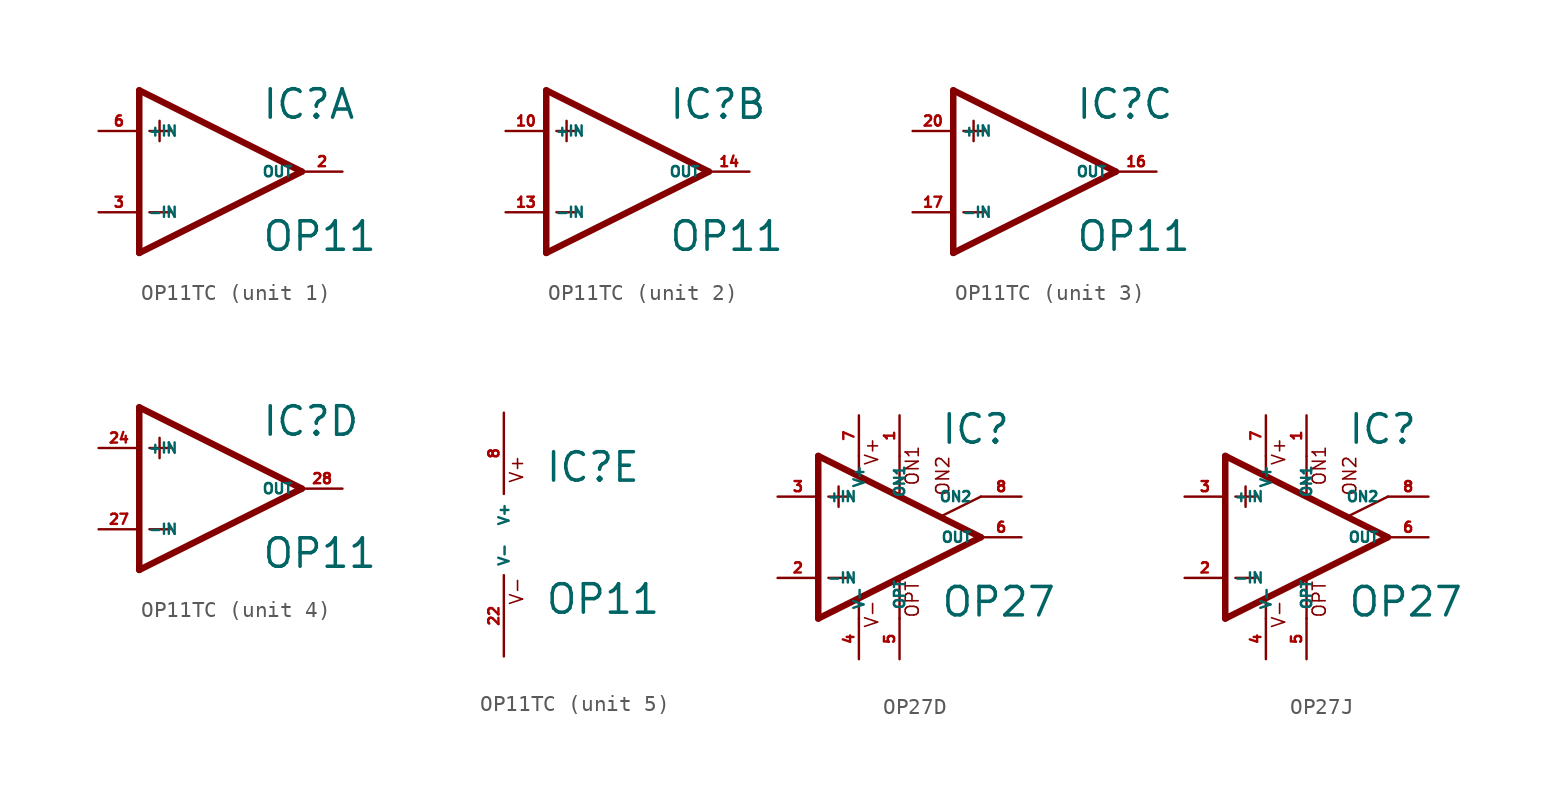
<source format=kicad_sym>
(kicad_symbol_lib
  (version 20220914)
  (generator Eagle2Kicad)
  (symbol "OP11TC"
    (property "Reference" "IC"
      (at 2.54 3.175 0)
      (effects (font (size 1.778 1.778) (thickness 0.22)) (justify left bottom)))
    (property "Value" "OP11"
      (at 2.54 -5.08 0)
      (effects (font (size 1.778 1.778) (thickness 0.22)) (justify left bottom)))
    (symbol "OP11TC_1_0"
      (polyline (pts (xy -5.08 5.08) (xy -5.08 -5.08)) (stroke (width 0.406) (type default)) (fill (type none)))
      (polyline (pts (xy -5.08 -5.08) (xy 5.08 0)) (stroke (width 0.406) (type default)) (fill (type none)))
      (polyline (pts (xy 5.08 0) (xy -5.08 5.08)) (stroke (width 0.406) (type default)) (fill (type none)))
      (polyline (pts (xy -3.81 3.175) (xy -3.81 1.905)) (stroke (width 0.152) (type default)) (fill (type none)))
      (polyline (pts (xy -4.445 2.54) (xy -3.175 2.54)) (stroke (width 0.152) (type default)) (fill (type none)))
      (polyline (pts (xy -4.445 -2.54) (xy -3.175 -2.54)) (stroke (width 0.152) (type default)) (fill (type none)))
      (pin input line (at -7.62 -2.54 0) (length 2.54) (name "-IN" (effects (font (size 0.635 0.635) (thickness 0.08)) (justify left bottom))) (number "3" (effects (font (size 0.635 0.635) (thickness 0.08)) (justify left bottom))))
      (pin input line (at -7.62 2.54 0) (length 2.54) (name "+IN" (effects (font (size 0.635 0.635) (thickness 0.08)) (justify left bottom))) (number "6" (effects (font (size 0.635 0.635) (thickness 0.08)) (justify left bottom))))
      (pin output line (at 7.62 0 180) (length 2.54) (name "OUT" (effects (font (size 0.635 0.635) (thickness 0.08)) (justify left bottom))) (number "2" (effects (font (size 0.635 0.635) (thickness 0.08)) (justify left bottom)))))
    (symbol "OP11TC_2_0"
      (polyline (pts (xy -5.08 5.08) (xy -5.08 -5.08)) (stroke (width 0.406) (type default)) (fill (type none)))
      (polyline (pts (xy -5.08 -5.08) (xy 5.08 0)) (stroke (width 0.406) (type default)) (fill (type none)))
      (polyline (pts (xy 5.08 0) (xy -5.08 5.08)) (stroke (width 0.406) (type default)) (fill (type none)))
      (polyline (pts (xy -3.81 3.175) (xy -3.81 1.905)) (stroke (width 0.152) (type default)) (fill (type none)))
      (polyline (pts (xy -4.445 2.54) (xy -3.175 2.54)) (stroke (width 0.152) (type default)) (fill (type none)))
      (polyline (pts (xy -4.445 -2.54) (xy -3.175 -2.54)) (stroke (width 0.152) (type default)) (fill (type none)))
      (pin input line (at -7.62 -2.54 0) (length 2.54) (name "-IN" (effects (font (size 0.635 0.635) (thickness 0.08)) (justify left bottom))) (number "13" (effects (font (size 0.635 0.635) (thickness 0.08)) (justify left bottom))))
      (pin input line (at -7.62 2.54 0) (length 2.54) (name "+IN" (effects (font (size 0.635 0.635) (thickness 0.08)) (justify left bottom))) (number "10" (effects (font (size 0.635 0.635) (thickness 0.08)) (justify left bottom))))
      (pin output line (at 7.62 0 180) (length 2.54) (name "OUT" (effects (font (size 0.635 0.635) (thickness 0.08)) (justify left bottom))) (number "14" (effects (font (size 0.635 0.635) (thickness 0.08)) (justify left bottom)))))
    (symbol "OP11TC_3_0"
      (polyline (pts (xy -5.08 5.08) (xy -5.08 -5.08)) (stroke (width 0.406) (type default)) (fill (type none)))
      (polyline (pts (xy -5.08 -5.08) (xy 5.08 0)) (stroke (width 0.406) (type default)) (fill (type none)))
      (polyline (pts (xy 5.08 0) (xy -5.08 5.08)) (stroke (width 0.406) (type default)) (fill (type none)))
      (polyline (pts (xy -3.81 3.175) (xy -3.81 1.905)) (stroke (width 0.152) (type default)) (fill (type none)))
      (polyline (pts (xy -4.445 2.54) (xy -3.175 2.54)) (stroke (width 0.152) (type default)) (fill (type none)))
      (polyline (pts (xy -4.445 -2.54) (xy -3.175 -2.54)) (stroke (width 0.152) (type default)) (fill (type none)))
      (pin input line (at -7.62 -2.54 0) (length 2.54) (name "-IN" (effects (font (size 0.635 0.635) (thickness 0.08)) (justify left bottom))) (number "17" (effects (font (size 0.635 0.635) (thickness 0.08)) (justify left bottom))))
      (pin input line (at -7.62 2.54 0) (length 2.54) (name "+IN" (effects (font (size 0.635 0.635) (thickness 0.08)) (justify left bottom))) (number "20" (effects (font (size 0.635 0.635) (thickness 0.08)) (justify left bottom))))
      (pin output line (at 7.62 0 180) (length 2.54) (name "OUT" (effects (font (size 0.635 0.635) (thickness 0.08)) (justify left bottom))) (number "16" (effects (font (size 0.635 0.635) (thickness 0.08)) (justify left bottom)))))
    (symbol "OP11TC_4_0"
      (polyline (pts (xy -5.08 5.08) (xy -5.08 -5.08)) (stroke (width 0.406) (type default)) (fill (type none)))
      (polyline (pts (xy -5.08 -5.08) (xy 5.08 0)) (stroke (width 0.406) (type default)) (fill (type none)))
      (polyline (pts (xy 5.08 0) (xy -5.08 5.08)) (stroke (width 0.406) (type default)) (fill (type none)))
      (polyline (pts (xy -3.81 3.175) (xy -3.81 1.905)) (stroke (width 0.152) (type default)) (fill (type none)))
      (polyline (pts (xy -4.445 2.54) (xy -3.175 2.54)) (stroke (width 0.152) (type default)) (fill (type none)))
      (polyline (pts (xy -4.445 -2.54) (xy -3.175 -2.54)) (stroke (width 0.152) (type default)) (fill (type none)))
      (pin input line (at -7.62 -2.54 0) (length 2.54) (name "-IN" (effects (font (size 0.635 0.635) (thickness 0.08)) (justify left bottom))) (number "27" (effects (font (size 0.635 0.635) (thickness 0.08)) (justify left bottom))))
      (pin input line (at -7.62 2.54 0) (length 2.54) (name "+IN" (effects (font (size 0.635 0.635) (thickness 0.08)) (justify left bottom))) (number "24" (effects (font (size 0.635 0.635) (thickness 0.08)) (justify left bottom))))
      (pin output line (at 7.62 0 180) (length 2.54) (name "OUT" (effects (font (size 0.635 0.635) (thickness 0.08)) (justify left bottom))) (number "28" (effects (font (size 0.635 0.635) (thickness 0.08)) (justify left bottom)))))
    (symbol "OP11TC_5_0"
      (text "V+" (at 1.27 3.175 900) (effects (font (size 0.813 0.813) (thickness 0.10)) (justify left bottom)))
      (text "V-" (at 1.27 -4.445 900) (effects (font (size 0.813 0.813) (thickness 0.10)) (justify left bottom)))
      (pin unspecified line (at 0 7.62 270) (length 5.08) (name "V+" (effects (font (size 0.635 0.635) (thickness 0.08)) (justify left bottom))) (number "8" (effects (font (size 0.635 0.635) (thickness 0.08)) (justify left bottom))))
      (pin unspecified line (at 0 -7.62 90) (length 5.08) (name "V-" (effects (font (size 0.635 0.635) (thickness 0.08)) (justify left bottom))) (number "22" (effects (font (size 0.635 0.635) (thickness 0.08)) (justify left bottom))))))
  (symbol "OP27D"
    (property "Reference" "IC"
      (at 2.54 5.715 0)
      (effects (font (size 1.778 1.778) (thickness 0.22)) (justify left bottom)))
    (property "Value" "OP27"
      (at 2.54 -5.08 0)
      (effects (font (size 1.778 1.778) (thickness 0.22)) (justify left bottom)))
    (polyline
      (pts (xy -3.81 3.175) (xy -3.81 1.905))
      (stroke (width 0.152) (type default))
      (fill (type none)))
    (polyline
      (pts (xy -4.445 2.54) (xy -3.175 2.54))
      (stroke (width 0.152) (type default))
      (fill (type none)))
    (polyline
      (pts (xy -4.445 -2.54) (xy -3.175 -2.54))
      (stroke (width 0.152) (type default))
      (fill (type none)))
    (polyline
      (pts (xy -2.54 5.08) (xy -2.54 3.886))
      (stroke (width 0.152) (type default))
      (fill (type none)))
    (polyline
      (pts (xy 0 5.055) (xy 0 2.616))
      (stroke (width 0.152) (type default))
      (fill (type none)))
    (polyline
      (pts (xy 0 -2.616) (xy 0 -5.08))
      (stroke (width 0.152) (type default))
      (fill (type none)))
    (polyline
      (pts (xy -2.54 -3.912) (xy -2.54 -5.08))
      (stroke (width 0.152) (type default))
      (fill (type none)))
    (polyline
      (pts (xy 5.08 2.54) (xy 2.616 1.321))
      (stroke (width 0.152) (type default))
      (fill (type none)))
    (polyline
      (pts (xy 5.08 0) (xy -5.08 5.08))
      (stroke (width 0.406) (type default))
      (fill (type none)))
    (polyline
      (pts (xy -5.08 5.08) (xy -5.08 -5.08))
      (stroke (width 0.406) (type default))
      (fill (type none)))
    (polyline
      (pts (xy -5.08 -5.08) (xy 5.08 0))
      (stroke (width 0.406) (type default))
      (fill (type none)))
    (text "ON1"
      (at 1.27 3.175 900)
      (effects (font (size 0.813 0.813) (thickness 0.10)) (justify left bottom)))
    (text "ON2"
      (at 3.175 2.54 900)
      (effects (font (size 0.813 0.813) (thickness 0.10)) (justify left bottom)))
    (text "OPT"
      (at 1.27 -5.08 900)
      (effects (font (size 0.813 0.813) (thickness 0.10)) (justify left bottom)))
    (text "V+"
      (at -1.27 4.445 900)
      (effects (font (size 0.813 0.813) (thickness 0.10)) (justify left bottom)))
    (text "V-"
      (at -1.27 -5.715 900)
      (effects (font (size 0.813 0.813) (thickness 0.10)) (justify left bottom)))
    (pin passive line
      (at 7.62 2.54 180)
      (length 2.54)
      (name "ON2" (effects (font (size 0.635 0.635) (thickness 0.08)) (justify left bottom)))
      (number "8" (effects (font (size 0.635 0.635) (thickness 0.08)) (justify left bottom))))
    (pin passive line
      (at 0 7.62 270)
      (length 2.54)
      (name "ON1" (effects (font (size 0.635 0.635) (thickness 0.08)) (justify left bottom)))
      (number "1" (effects (font (size 0.635 0.635) (thickness 0.08)) (justify left bottom))))
    (pin input line
      (at -7.62 -2.54 0)
      (length 2.54)
      (name "-IN" (effects (font (size 0.635 0.635) (thickness 0.08)) (justify left bottom)))
      (number "2" (effects (font (size 0.635 0.635) (thickness 0.08)) (justify left bottom))))
    (pin input line
      (at -7.62 2.54 0)
      (length 2.54)
      (name "+IN" (effects (font (size 0.635 0.635) (thickness 0.08)) (justify left bottom)))
      (number "3" (effects (font (size 0.635 0.635) (thickness 0.08)) (justify left bottom))))
    (pin output line
      (at 7.62 0 180)
      (length 2.54)
      (name "OUT" (effects (font (size 0.635 0.635) (thickness 0.08)) (justify left bottom)))
      (number "6" (effects (font (size 0.635 0.635) (thickness 0.08)) (justify left bottom))))
    (pin passive line
      (at 0 -7.62 90)
      (length 2.54)
      (name "OPT" (effects (font (size 0.635 0.635) (thickness 0.08)) (justify left bottom)))
      (number "5" (effects (font (size 0.635 0.635) (thickness 0.08)) (justify left bottom))))
    (pin unspecified line
      (at -2.54 7.62 270)
      (length 2.54)
      (name "V+" (effects (font (size 0.635 0.635) (thickness 0.08)) (justify left bottom)))
      (number "7" (effects (font (size 0.635 0.635) (thickness 0.08)) (justify left bottom))))
    (pin unspecified line
      (at -2.54 -7.62 90)
      (length 2.54)
      (name "V-" (effects (font (size 0.635 0.635) (thickness 0.08)) (justify left bottom)))
      (number "4" (effects (font (size 0.635 0.635) (thickness 0.08)) (justify left bottom)))))
  (symbol "OP27J"
    (property "Reference" "IC"
      (at 2.54 5.715 0)
      (effects (font (size 1.778 1.778) (thickness 0.22)) (justify left bottom)))
    (property "Value" "OP27"
      (at 2.54 -5.08 0)
      (effects (font (size 1.778 1.778) (thickness 0.22)) (justify left bottom)))
    (polyline
      (pts (xy -3.81 3.175) (xy -3.81 1.905))
      (stroke (width 0.152) (type default))
      (fill (type none)))
    (polyline
      (pts (xy -4.445 2.54) (xy -3.175 2.54))
      (stroke (width 0.152) (type default))
      (fill (type none)))
    (polyline
      (pts (xy -4.445 -2.54) (xy -3.175 -2.54))
      (stroke (width 0.152) (type default))
      (fill (type none)))
    (polyline
      (pts (xy -2.54 5.08) (xy -2.54 3.886))
      (stroke (width 0.152) (type default))
      (fill (type none)))
    (polyline
      (pts (xy 0 5.055) (xy 0 2.616))
      (stroke (width 0.152) (type default))
      (fill (type none)))
    (polyline
      (pts (xy 0 -2.616) (xy 0 -5.08))
      (stroke (width 0.152) (type default))
      (fill (type none)))
    (polyline
      (pts (xy -2.54 -3.912) (xy -2.54 -5.08))
      (stroke (width 0.152) (type default))
      (fill (type none)))
    (polyline
      (pts (xy 5.08 2.54) (xy 2.616 1.321))
      (stroke (width 0.152) (type default))
      (fill (type none)))
    (polyline
      (pts (xy 5.08 0) (xy -5.08 5.08))
      (stroke (width 0.406) (type default))
      (fill (type none)))
    (polyline
      (pts (xy -5.08 5.08) (xy -5.08 -5.08))
      (stroke (width 0.406) (type default))
      (fill (type none)))
    (polyline
      (pts (xy -5.08 -5.08) (xy 5.08 0))
      (stroke (width 0.406) (type default))
      (fill (type none)))
    (text "ON1"
      (at 1.27 3.175 900)
      (effects (font (size 0.813 0.813) (thickness 0.10)) (justify left bottom)))
    (text "ON2"
      (at 3.175 2.54 900)
      (effects (font (size 0.813 0.813) (thickness 0.10)) (justify left bottom)))
    (text "OPT"
      (at 1.27 -5.08 900)
      (effects (font (size 0.813 0.813) (thickness 0.10)) (justify left bottom)))
    (text "V+"
      (at -1.27 4.445 900)
      (effects (font (size 0.813 0.813) (thickness 0.10)) (justify left bottom)))
    (text "V-"
      (at -1.27 -5.715 900)
      (effects (font (size 0.813 0.813) (thickness 0.10)) (justify left bottom)))
    (pin passive line
      (at 7.62 2.54 180)
      (length 2.54)
      (name "ON2" (effects (font (size 0.635 0.635) (thickness 0.08)) (justify left bottom)))
      (number "8" (effects (font (size 0.635 0.635) (thickness 0.08)) (justify left bottom))))
    (pin passive line
      (at 0 7.62 270)
      (length 2.54)
      (name "ON1" (effects (font (size 0.635 0.635) (thickness 0.08)) (justify left bottom)))
      (number "1" (effects (font (size 0.635 0.635) (thickness 0.08)) (justify left bottom))))
    (pin input line
      (at -7.62 -2.54 0)
      (length 2.54)
      (name "-IN" (effects (font (size 0.635 0.635) (thickness 0.08)) (justify left bottom)))
      (number "2" (effects (font (size 0.635 0.635) (thickness 0.08)) (justify left bottom))))
    (pin input line
      (at -7.62 2.54 0)
      (length 2.54)
      (name "+IN" (effects (font (size 0.635 0.635) (thickness 0.08)) (justify left bottom)))
      (number "3" (effects (font (size 0.635 0.635) (thickness 0.08)) (justify left bottom))))
    (pin output line
      (at 7.62 0 180)
      (length 2.54)
      (name "OUT" (effects (font (size 0.635 0.635) (thickness 0.08)) (justify left bottom)))
      (number "6" (effects (font (size 0.635 0.635) (thickness 0.08)) (justify left bottom))))
    (pin passive line
      (at 0 -7.62 90)
      (length 2.54)
      (name "OPT" (effects (font (size 0.635 0.635) (thickness 0.08)) (justify left bottom)))
      (number "5" (effects (font (size 0.635 0.635) (thickness 0.08)) (justify left bottom))))
    (pin unspecified line
      (at -2.54 7.62 270)
      (length 2.54)
      (name "V+" (effects (font (size 0.635 0.635) (thickness 0.08)) (justify left bottom)))
      (number "7" (effects (font (size 0.635 0.635) (thickness 0.08)) (justify left bottom))))
    (pin unspecified line
      (at -2.54 -7.62 90)
      (length 2.54)
      (name "V-" (effects (font (size 0.635 0.635) (thickness 0.08)) (justify left bottom)))
      (number "4" (effects (font (size 0.635 0.635) (thickness 0.08)) (justify left bottom))))))
</source>
